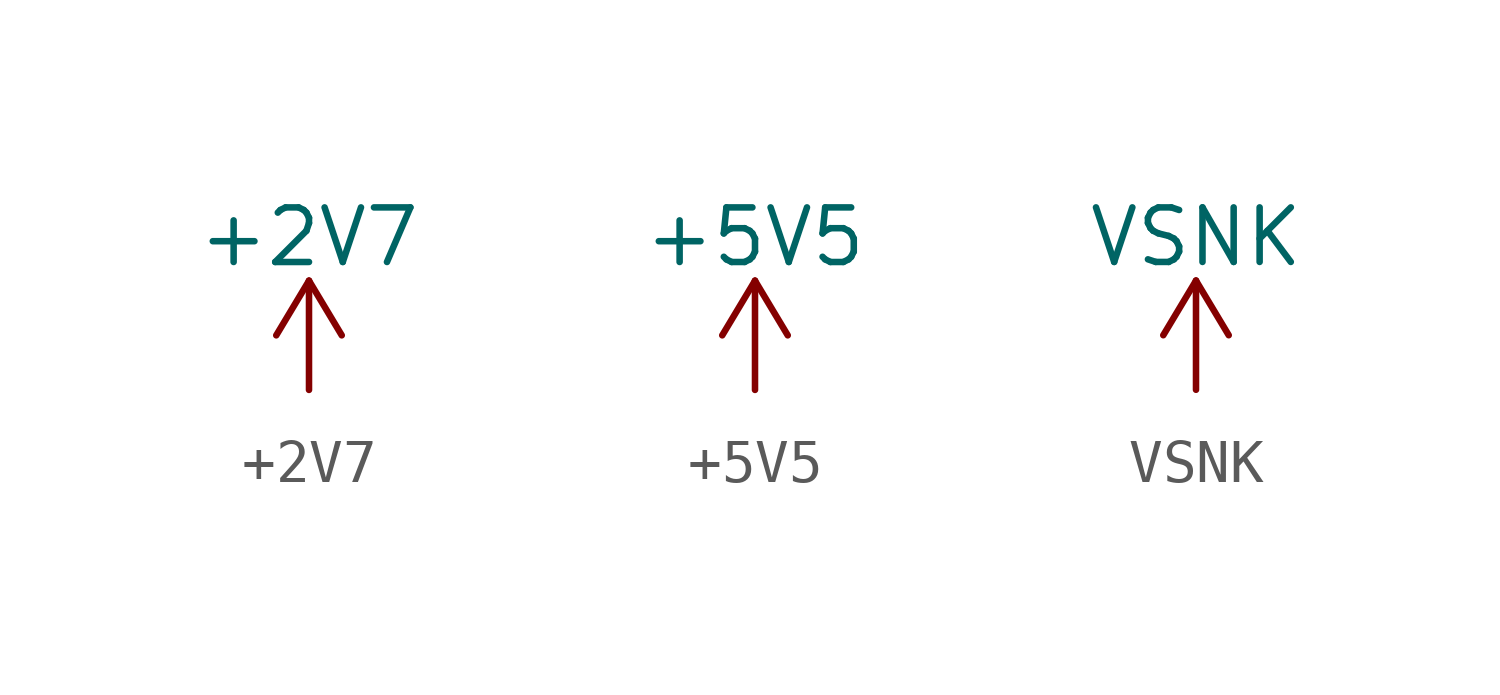
<source format=kicad_sym>
(kicad_symbol_lib
  (version 20220914)
  (generator kicad_symbol_editor)
  (symbol "+2V7"
    (power)
    (pin_names
      (offset 0))
    (property "Reference" "#PWR"
      (at 0 -3.81 0)
      (effects (font (size 1.27 1.27)) hide))
    (property "Value" "+2V7"
      (at 0 3.556 0)
      (effects (font (size 1.27 1.27))))
    (symbol "+2V7_0_1"
      (polyline (pts (xy -0.762 1.27) (xy 0 2.54)) (stroke (width 0) (type solid)) (fill (type none)))
      (polyline (pts (xy 0 0) (xy 0 2.54)) (stroke (width 0) (type solid)) (fill (type none)))
      (polyline (pts (xy 0 2.54) (xy 0.762 1.27)) (stroke (width 0) (type solid)) (fill (type none))))
    (symbol "+2V7_1_1"
      (pin power_in line (at 0 0 90) (length 0) hide (name "+2V7" (effects (font (size 1.27 1.27)))) (number "1" (effects (font (size 1.27 1.27)))))))
  (symbol "+5V5"
    (power)
    (pin_names
      (offset 0))
    (property "Reference" "#PWR"
      (at 0 -3.81 0)
      (effects (font (size 1.27 1.27)) hide))
    (property "Value" "+5V5"
      (at 0 3.556 0)
      (effects (font (size 1.27 1.27))))
    (symbol "+5V5_0_1"
      (polyline (pts (xy -0.762 1.27) (xy 0 2.54)) (stroke (width 0) (type solid)) (fill (type none)))
      (polyline (pts (xy 0 0) (xy 0 2.54)) (stroke (width 0) (type solid)) (fill (type none)))
      (polyline (pts (xy 0 2.54) (xy 0.762 1.27)) (stroke (width 0) (type solid)) (fill (type none))))
    (symbol "+5V5_1_1"
      (pin power_in line (at 0 0 90) (length 0) hide (name "+5V5" (effects (font (size 1.27 1.27)))) (number "1" (effects (font (size 1.27 1.27)))))))
  (symbol "VSNK"
    (power)
    (pin_names
      (offset 0))
    (property "Reference" "#PWR"
      (at 0 -3.81 0)
      (effects (font (size 1.27 1.27)) hide))
    (property "Value" "VSNK"
      (at 0 3.556 0)
      (effects (font (size 1.27 1.27))))
    (symbol "VSNK_0_1"
      (polyline (pts (xy -0.762 1.27) (xy 0 2.54)) (stroke (width 0) (type solid)) (fill (type none)))
      (polyline (pts (xy 0 0) (xy 0 2.54)) (stroke (width 0) (type solid)) (fill (type none)))
      (polyline (pts (xy 0 2.54) (xy 0.762 1.27)) (stroke (width 0) (type solid)) (fill (type none))))
    (symbol "VSNK_1_1"
      (pin power_in line (at 0 0 90) (length 0) hide (name "VSNK" (effects (font (size 1.27 1.27)))) (number "1" (effects (font (size 1.27 1.27))))))))
</source>
